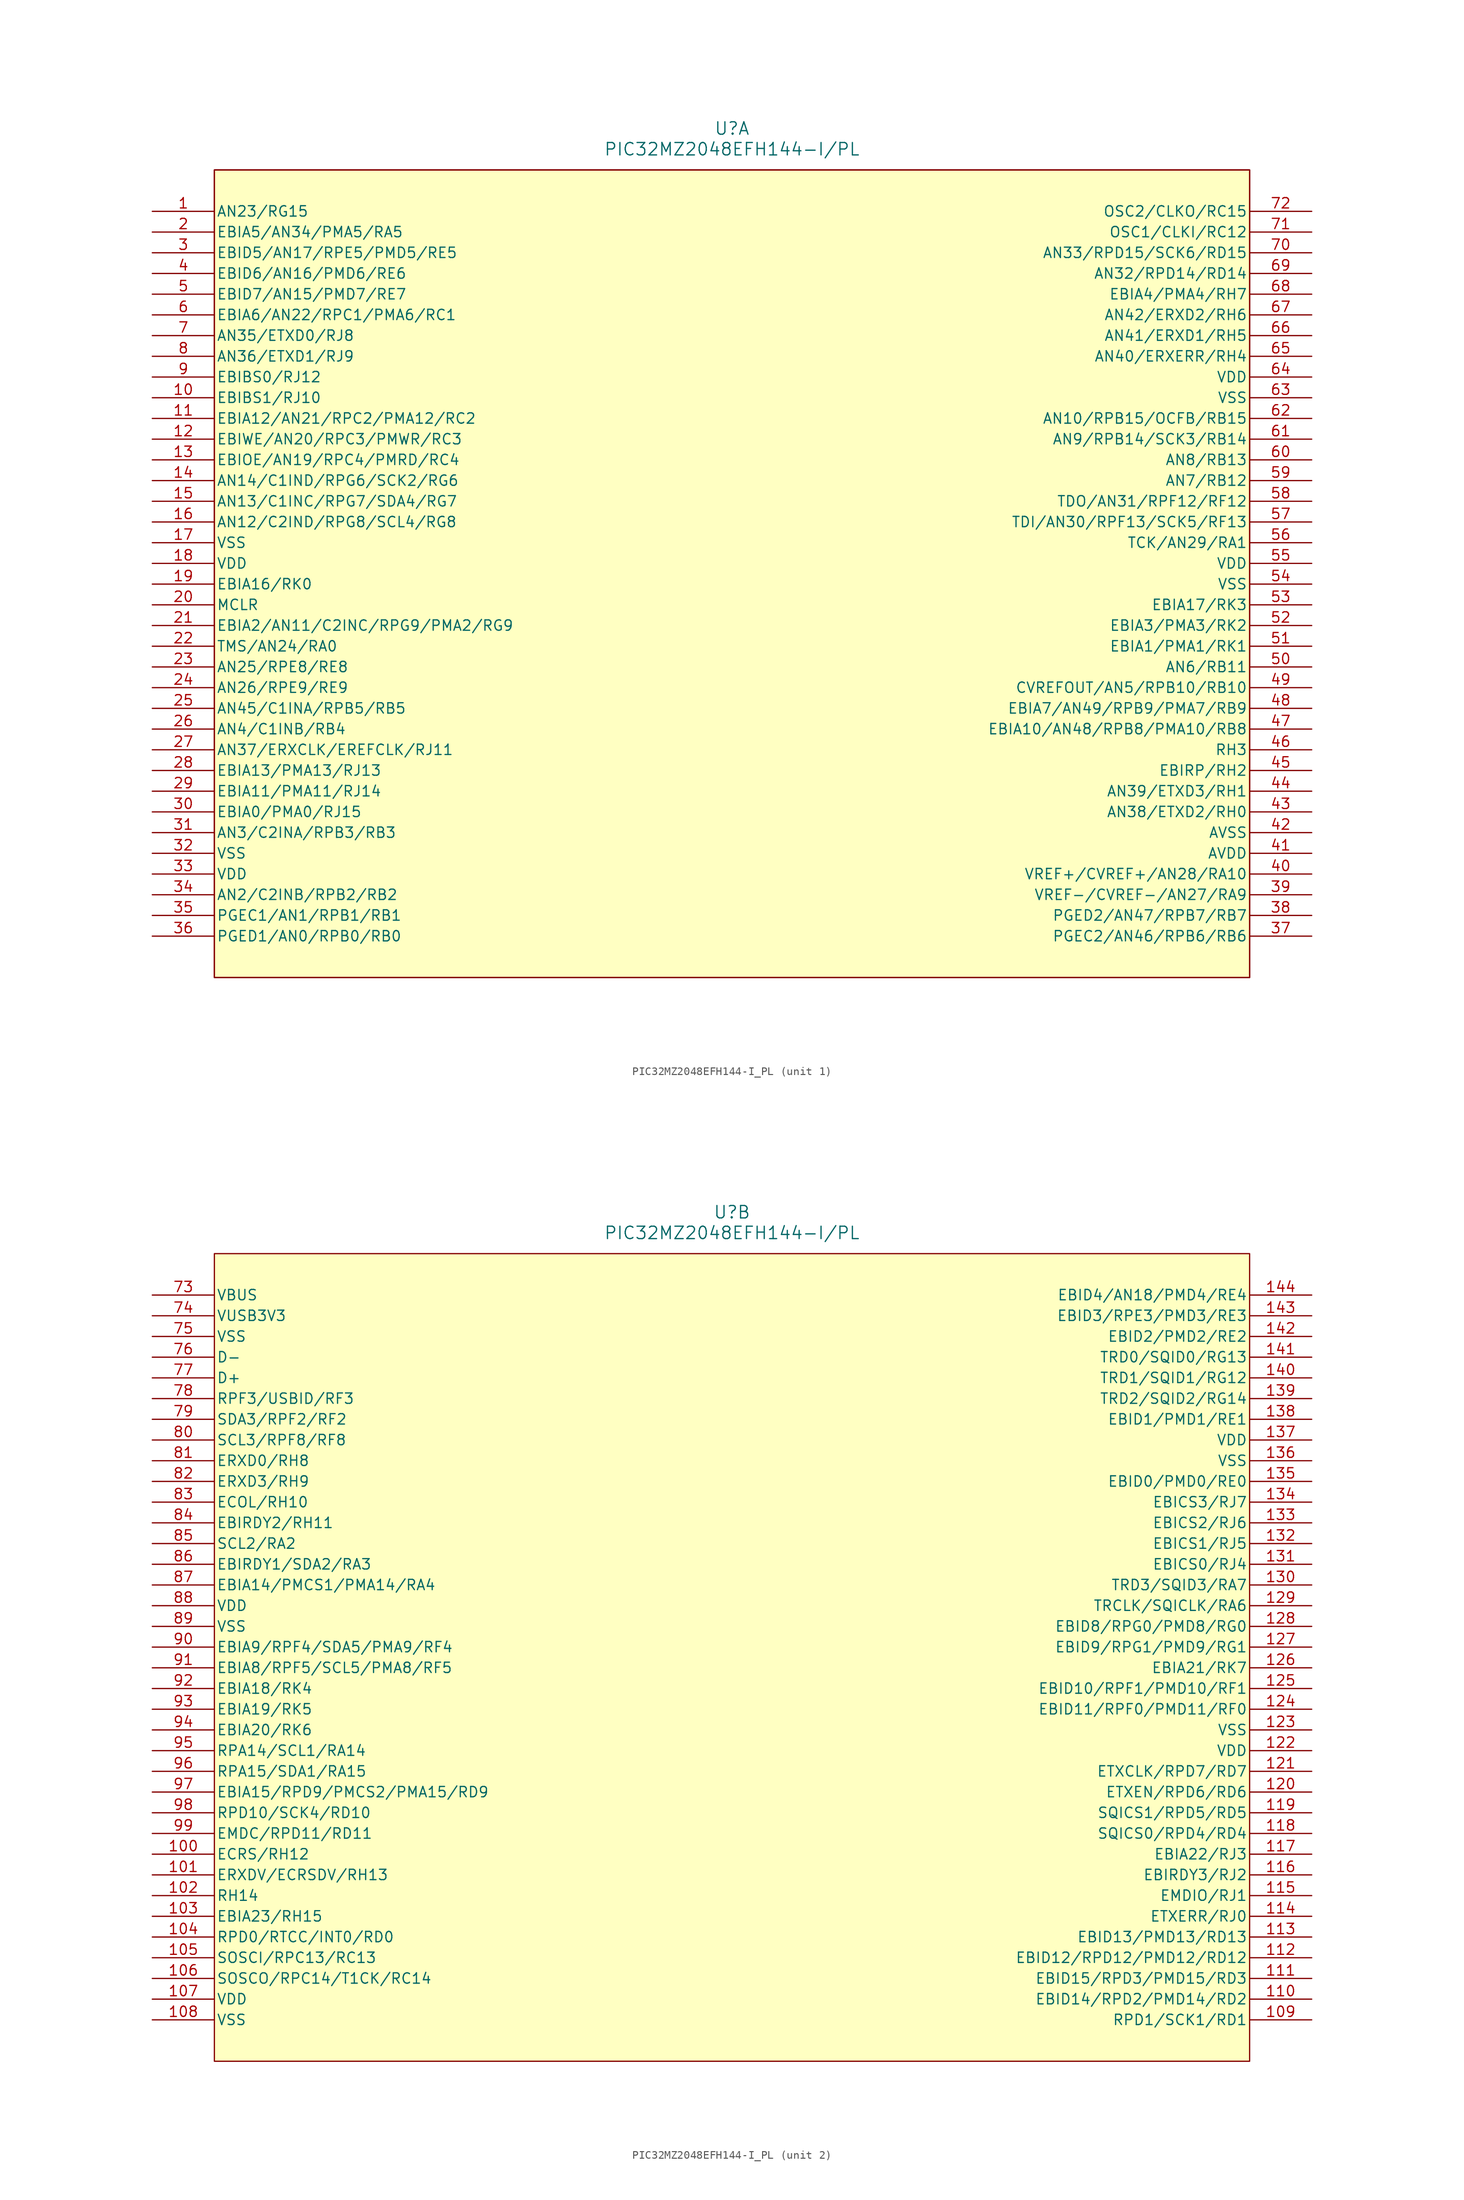
<source format=kicad_sym>
(kicad_symbol_lib
  (version 20220914)
  (generator kicad_symbol_editor)
  (symbol "PIC32MZ2048EFH144-I_PL"
    (pin_names
      (offset 0.254))
    (property "Reference" "U"
      (at 71.12 10.16 0)
      (effects (font (size 1.524 1.524))))
    (property "Value" "PIC32MZ2048EFH144-I/PL"
      (at 71.12 7.62 0)
      (effects (font (size 1.524 1.524))))
    (property "ki_locked" ""
      (at 0 0 0)
      (effects (font (size 1.27 1.27))))
    (symbol "PIC32MZ2048EFH144-I_PL_0_1"
      (rectangle (start 7.62 5.08) (end 134.62 -93.98) (stroke (width 0) (type default)) (fill (type background))))
    (symbol "PIC32MZ2048EFH144-I_PL_1_1"
      (rectangle (start 7.62 5.08) (end 134.62 -93.98) (stroke (width 0) (type default)) (fill (type background)))
      (pin bidirectional line (at 0 0 0) (length 7.62) (name "AN23/RG15" (effects (font (size 1.27 1.27)))) (number "1" (effects (font (size 1.27 1.27)))))
      (pin bidirectional line (at 0 -22.86 0) (length 7.62) (name "EBIBS1/RJ10" (effects (font (size 1.27 1.27)))) (number "10" (effects (font (size 1.27 1.27)))))
      (pin bidirectional line (at 0 -25.4 0) (length 7.62) (name "EBIA12/AN21/RPC2/PMA12/RC2" (effects (font (size 1.27 1.27)))) (number "11" (effects (font (size 1.27 1.27)))))
      (pin bidirectional line (at 0 -27.94 0) (length 7.62) (name "EBIWE/AN20/RPC3/PMWR/RC3" (effects (font (size 1.27 1.27)))) (number "12" (effects (font (size 1.27 1.27)))))
      (pin bidirectional line (at 0 -30.48 0) (length 7.62) (name "EBIOE/AN19/RPC4/PMRD/RC4" (effects (font (size 1.27 1.27)))) (number "13" (effects (font (size 1.27 1.27)))))
      (pin input line (at 0 -33.02 0) (length 7.62) (name "AN14/C1IND/RPG6/SCK2/RG6" (effects (font (size 1.27 1.27)))) (number "14" (effects (font (size 1.27 1.27)))))
      (pin input line (at 0 -35.56 0) (length 7.62) (name "AN13/C1INC/RPG7/SDA4/RG7" (effects (font (size 1.27 1.27)))) (number "15" (effects (font (size 1.27 1.27)))))
      (pin input line (at 0 -38.1 0) (length 7.62) (name "AN12/C2IND/RPG8/SCL4/RG8" (effects (font (size 1.27 1.27)))) (number "16" (effects (font (size 1.27 1.27)))))
      (pin passive line (at 0 -40.64 0) (length 7.62) (name "VSS" (effects (font (size 1.27 1.27)))) (number "17" (effects (font (size 1.27 1.27)))))
      (pin power_in line (at 0 -43.18 0) (length 7.62) (name "VDD" (effects (font (size 1.27 1.27)))) (number "18" (effects (font (size 1.27 1.27)))))
      (pin bidirectional line (at 0 -45.72 0) (length 7.62) (name "EBIA16/RK0" (effects (font (size 1.27 1.27)))) (number "19" (effects (font (size 1.27 1.27)))))
      (pin bidirectional line (at 0 -2.54 0) (length 7.62) (name "EBIA5/AN34/PMA5/RA5" (effects (font (size 1.27 1.27)))) (number "2" (effects (font (size 1.27 1.27)))))
      (pin passive line (at 0 -48.26 0) (length 7.62) (name "MCLR" (effects (font (size 1.27 1.27)))) (number "20" (effects (font (size 1.27 1.27)))))
      (pin input line (at 0 -50.8 0) (length 7.62) (name "EBIA2/AN11/C2INC/RPG9/PMA2/RG9" (effects (font (size 1.27 1.27)))) (number "21" (effects (font (size 1.27 1.27)))))
      (pin bidirectional line (at 0 -53.34 0) (length 7.62) (name "TMS/AN24/RA0" (effects (font (size 1.27 1.27)))) (number "22" (effects (font (size 1.27 1.27)))))
      (pin bidirectional line (at 0 -55.88 0) (length 7.62) (name "AN25/RPE8/RE8" (effects (font (size 1.27 1.27)))) (number "23" (effects (font (size 1.27 1.27)))))
      (pin bidirectional line (at 0 -58.42 0) (length 7.62) (name "AN26/RPE9/RE9" (effects (font (size 1.27 1.27)))) (number "24" (effects (font (size 1.27 1.27)))))
      (pin input line (at 0 -60.96 0) (length 7.62) (name "AN45/C1INA/RPB5/RB5" (effects (font (size 1.27 1.27)))) (number "25" (effects (font (size 1.27 1.27)))))
      (pin input line (at 0 -63.5 0) (length 7.62) (name "AN4/C1INB/RB4" (effects (font (size 1.27 1.27)))) (number "26" (effects (font (size 1.27 1.27)))))
      (pin bidirectional line (at 0 -66.04 0) (length 7.62) (name "AN37/ERXCLK/EREFCLK/RJ11" (effects (font (size 1.27 1.27)))) (number "27" (effects (font (size 1.27 1.27)))))
      (pin bidirectional line (at 0 -68.58 0) (length 7.62) (name "EBIA13/PMA13/RJ13" (effects (font (size 1.27 1.27)))) (number "28" (effects (font (size 1.27 1.27)))))
      (pin bidirectional line (at 0 -71.12 0) (length 7.62) (name "EBIA11/PMA11/RJ14" (effects (font (size 1.27 1.27)))) (number "29" (effects (font (size 1.27 1.27)))))
      (pin bidirectional line (at 0 -5.08 0) (length 7.62) (name "EBID5/AN17/RPE5/PMD5/RE5" (effects (font (size 1.27 1.27)))) (number "3" (effects (font (size 1.27 1.27)))))
      (pin bidirectional line (at 0 -73.66 0) (length 7.62) (name "EBIA0/PMA0/RJ15" (effects (font (size 1.27 1.27)))) (number "30" (effects (font (size 1.27 1.27)))))
      (pin input line (at 0 -76.2 0) (length 7.62) (name "AN3/C2INA/RPB3/RB3" (effects (font (size 1.27 1.27)))) (number "31" (effects (font (size 1.27 1.27)))))
      (pin passive line (at 0 -78.74 0) (length 7.62) (name "VSS" (effects (font (size 1.27 1.27)))) (number "32" (effects (font (size 1.27 1.27)))))
      (pin power_in line (at 0 -81.28 0) (length 7.62) (name "VDD" (effects (font (size 1.27 1.27)))) (number "33" (effects (font (size 1.27 1.27)))))
      (pin input line (at 0 -83.82 0) (length 7.62) (name "AN2/C2INB/RPB2/RB2" (effects (font (size 1.27 1.27)))) (number "34" (effects (font (size 1.27 1.27)))))
      (pin bidirectional line (at 0 -86.36 0) (length 7.62) (name "PGEC1/AN1/RPB1/RB1" (effects (font (size 1.27 1.27)))) (number "35" (effects (font (size 1.27 1.27)))))
      (pin bidirectional line (at 0 -88.9 0) (length 7.62) (name "PGED1/AN0/RPB0/RB0" (effects (font (size 1.27 1.27)))) (number "36" (effects (font (size 1.27 1.27)))))
      (pin bidirectional line (at 142.24 -88.9 180) (length 7.62) (name "PGEC2/AN46/RPB6/RB6" (effects (font (size 1.27 1.27)))) (number "37" (effects (font (size 1.27 1.27)))))
      (pin bidirectional line (at 142.24 -86.36 180) (length 7.62) (name "PGED2/AN47/RPB7/RB7" (effects (font (size 1.27 1.27)))) (number "38" (effects (font (size 1.27 1.27)))))
      (pin bidirectional line (at 142.24 -83.82 180) (length 7.62) (name "VREF-/CVREF-/AN27/RA9" (effects (font (size 1.27 1.27)))) (number "39" (effects (font (size 1.27 1.27)))))
      (pin bidirectional line (at 0 -7.62 0) (length 7.62) (name "EBID6/AN16/PMD6/RE6" (effects (font (size 1.27 1.27)))) (number "4" (effects (font (size 1.27 1.27)))))
      (pin bidirectional line (at 142.24 -81.28 180) (length 7.62) (name "VREF+/CVREF+/AN28/RA10" (effects (font (size 1.27 1.27)))) (number "40" (effects (font (size 1.27 1.27)))))
      (pin power_in line (at 142.24 -78.74 180) (length 7.62) (name "AVDD" (effects (font (size 1.27 1.27)))) (number "41" (effects (font (size 1.27 1.27)))))
      (pin passive line (at 142.24 -76.2 180) (length 7.62) (name "AVSS" (effects (font (size 1.27 1.27)))) (number "42" (effects (font (size 1.27 1.27)))))
      (pin bidirectional line (at 142.24 -73.66 180) (length 7.62) (name "AN38/ETXD2/RH0" (effects (font (size 1.27 1.27)))) (number "43" (effects (font (size 1.27 1.27)))))
      (pin bidirectional line (at 142.24 -71.12 180) (length 7.62) (name "AN39/ETXD3/RH1" (effects (font (size 1.27 1.27)))) (number "44" (effects (font (size 1.27 1.27)))))
      (pin bidirectional line (at 142.24 -68.58 180) (length 7.62) (name "EBIRP/RH2" (effects (font (size 1.27 1.27)))) (number "45" (effects (font (size 1.27 1.27)))))
      (pin bidirectional line (at 142.24 -66.04 180) (length 7.62) (name "RH3" (effects (font (size 1.27 1.27)))) (number "46" (effects (font (size 1.27 1.27)))))
      (pin bidirectional line (at 142.24 -63.5 180) (length 7.62) (name "EBIA10/AN48/RPB8/PMA10/RB8" (effects (font (size 1.27 1.27)))) (number "47" (effects (font (size 1.27 1.27)))))
      (pin bidirectional line (at 142.24 -60.96 180) (length 7.62) (name "EBIA7/AN49/RPB9/PMA7/RB9" (effects (font (size 1.27 1.27)))) (number "48" (effects (font (size 1.27 1.27)))))
      (pin output line (at 142.24 -58.42 180) (length 7.62) (name "CVREFOUT/AN5/RPB10/RB10" (effects (font (size 1.27 1.27)))) (number "49" (effects (font (size 1.27 1.27)))))
      (pin bidirectional line (at 0 -10.16 0) (length 7.62) (name "EBID7/AN15/PMD7/RE7" (effects (font (size 1.27 1.27)))) (number "5" (effects (font (size 1.27 1.27)))))
      (pin bidirectional line (at 142.24 -55.88 180) (length 7.62) (name "AN6/RB11" (effects (font (size 1.27 1.27)))) (number "50" (effects (font (size 1.27 1.27)))))
      (pin bidirectional line (at 142.24 -53.34 180) (length 7.62) (name "EBIA1/PMA1/RK1" (effects (font (size 1.27 1.27)))) (number "51" (effects (font (size 1.27 1.27)))))
      (pin bidirectional line (at 142.24 -50.8 180) (length 7.62) (name "EBIA3/PMA3/RK2" (effects (font (size 1.27 1.27)))) (number "52" (effects (font (size 1.27 1.27)))))
      (pin bidirectional line (at 142.24 -48.26 180) (length 7.62) (name "EBIA17/RK3" (effects (font (size 1.27 1.27)))) (number "53" (effects (font (size 1.27 1.27)))))
      (pin passive line (at 142.24 -45.72 180) (length 7.62) (name "VSS" (effects (font (size 1.27 1.27)))) (number "54" (effects (font (size 1.27 1.27)))))
      (pin power_in line (at 142.24 -43.18 180) (length 7.62) (name "VDD" (effects (font (size 1.27 1.27)))) (number "55" (effects (font (size 1.27 1.27)))))
      (pin bidirectional line (at 142.24 -40.64 180) (length 7.62) (name "TCK/AN29/RA1" (effects (font (size 1.27 1.27)))) (number "56" (effects (font (size 1.27 1.27)))))
      (pin bidirectional line (at 142.24 -38.1 180) (length 7.62) (name "TDI/AN30/RPF13/SCK5/RF13" (effects (font (size 1.27 1.27)))) (number "57" (effects (font (size 1.27 1.27)))))
      (pin bidirectional line (at 142.24 -35.56 180) (length 7.62) (name "TDO/AN31/RPF12/RF12" (effects (font (size 1.27 1.27)))) (number "58" (effects (font (size 1.27 1.27)))))
      (pin bidirectional line (at 142.24 -33.02 180) (length 7.62) (name "AN7/RB12" (effects (font (size 1.27 1.27)))) (number "59" (effects (font (size 1.27 1.27)))))
      (pin bidirectional line (at 0 -12.7 0) (length 7.62) (name "EBIA6/AN22/RPC1/PMA6/RC1" (effects (font (size 1.27 1.27)))) (number "6" (effects (font (size 1.27 1.27)))))
      (pin bidirectional line (at 142.24 -30.48 180) (length 7.62) (name "AN8/RB13" (effects (font (size 1.27 1.27)))) (number "60" (effects (font (size 1.27 1.27)))))
      (pin bidirectional line (at 142.24 -27.94 180) (length 7.62) (name "AN9/RPB14/SCK3/RB14" (effects (font (size 1.27 1.27)))) (number "61" (effects (font (size 1.27 1.27)))))
      (pin bidirectional line (at 142.24 -25.4 180) (length 7.62) (name "AN10/RPB15/OCFB/RB15" (effects (font (size 1.27 1.27)))) (number "62" (effects (font (size 1.27 1.27)))))
      (pin passive line (at 142.24 -22.86 180) (length 7.62) (name "VSS" (effects (font (size 1.27 1.27)))) (number "63" (effects (font (size 1.27 1.27)))))
      (pin power_in line (at 142.24 -20.32 180) (length 7.62) (name "VDD" (effects (font (size 1.27 1.27)))) (number "64" (effects (font (size 1.27 1.27)))))
      (pin bidirectional line (at 142.24 -17.78 180) (length 7.62) (name "AN40/ERXERR/RH4" (effects (font (size 1.27 1.27)))) (number "65" (effects (font (size 1.27 1.27)))))
      (pin bidirectional line (at 142.24 -15.24 180) (length 7.62) (name "AN41/ERXD1/RH5" (effects (font (size 1.27 1.27)))) (number "66" (effects (font (size 1.27 1.27)))))
      (pin bidirectional line (at 142.24 -12.7 180) (length 7.62) (name "AN42/ERXD2/RH6" (effects (font (size 1.27 1.27)))) (number "67" (effects (font (size 1.27 1.27)))))
      (pin bidirectional line (at 142.24 -10.16 180) (length 7.62) (name "EBIA4/PMA4/RH7" (effects (font (size 1.27 1.27)))) (number "68" (effects (font (size 1.27 1.27)))))
      (pin bidirectional line (at 142.24 -7.62 180) (length 7.62) (name "AN32/RPD14/RD14" (effects (font (size 1.27 1.27)))) (number "69" (effects (font (size 1.27 1.27)))))
      (pin bidirectional line (at 0 -15.24 0) (length 7.62) (name "AN35/ETXD0/RJ8" (effects (font (size 1.27 1.27)))) (number "7" (effects (font (size 1.27 1.27)))))
      (pin bidirectional line (at 142.24 -5.08 180) (length 7.62) (name "AN33/RPD15/SCK6/RD15" (effects (font (size 1.27 1.27)))) (number "70" (effects (font (size 1.27 1.27)))))
      (pin bidirectional line (at 142.24 -2.54 180) (length 7.62) (name "OSC1/CLKI/RC12" (effects (font (size 1.27 1.27)))) (number "71" (effects (font (size 1.27 1.27)))))
      (pin bidirectional line (at 142.24 0 180) (length 7.62) (name "OSC2/CLKO/RC15" (effects (font (size 1.27 1.27)))) (number "72" (effects (font (size 1.27 1.27)))))
      (pin bidirectional line (at 0 -17.78 0) (length 7.62) (name "AN36/ETXD1/RJ9" (effects (font (size 1.27 1.27)))) (number "8" (effects (font (size 1.27 1.27)))))
      (pin bidirectional line (at 0 -20.32 0) (length 7.62) (name "EBIBS0/RJ12" (effects (font (size 1.27 1.27)))) (number "9" (effects (font (size 1.27 1.27))))))
    (symbol "PIC32MZ2048EFH144-I_PL_2_1"
      (pin bidirectional line (at 0 -68.58 0) (length 7.62) (name "ECRS/RH12" (effects (font (size 1.27 1.27)))) (number "100" (effects (font (size 1.27 1.27)))))
      (pin bidirectional line (at 0 -71.12 0) (length 7.62) (name "ERXDV/ECRSDV/RH13" (effects (font (size 1.27 1.27)))) (number "101" (effects (font (size 1.27 1.27)))))
      (pin bidirectional line (at 0 -73.66 0) (length 7.62) (name "RH14" (effects (font (size 1.27 1.27)))) (number "102" (effects (font (size 1.27 1.27)))))
      (pin bidirectional line (at 0 -76.2 0) (length 7.62) (name "EBIA23/RH15" (effects (font (size 1.27 1.27)))) (number "103" (effects (font (size 1.27 1.27)))))
      (pin bidirectional line (at 0 -78.74 0) (length 7.62) (name "RPD0/RTCC/INT0/RD0" (effects (font (size 1.27 1.27)))) (number "104" (effects (font (size 1.27 1.27)))))
      (pin bidirectional line (at 0 -81.28 0) (length 7.62) (name "SOSCI/RPC13/RC13" (effects (font (size 1.27 1.27)))) (number "105" (effects (font (size 1.27 1.27)))))
      (pin bidirectional line (at 0 -83.82 0) (length 7.62) (name "SOSCO/RPC14/T1CK/RC14" (effects (font (size 1.27 1.27)))) (number "106" (effects (font (size 1.27 1.27)))))
      (pin power_in line (at 0 -86.36 0) (length 7.62) (name "VDD" (effects (font (size 1.27 1.27)))) (number "107" (effects (font (size 1.27 1.27)))))
      (pin passive line (at 0 -88.9 0) (length 7.62) (name "VSS" (effects (font (size 1.27 1.27)))) (number "108" (effects (font (size 1.27 1.27)))))
      (pin bidirectional line (at 142.24 -88.9 180) (length 7.62) (name "RPD1/SCK1/RD1" (effects (font (size 1.27 1.27)))) (number "109" (effects (font (size 1.27 1.27)))))
      (pin bidirectional line (at 142.24 -86.36 180) (length 7.62) (name "EBID14/RPD2/PMD14/RD2" (effects (font (size 1.27 1.27)))) (number "110" (effects (font (size 1.27 1.27)))))
      (pin bidirectional line (at 142.24 -83.82 180) (length 7.62) (name "EBID15/RPD3/PMD15/RD3" (effects (font (size 1.27 1.27)))) (number "111" (effects (font (size 1.27 1.27)))))
      (pin bidirectional line (at 142.24 -81.28 180) (length 7.62) (name "EBID12/RPD12/PMD12/RD12" (effects (font (size 1.27 1.27)))) (number "112" (effects (font (size 1.27 1.27)))))
      (pin bidirectional line (at 142.24 -78.74 180) (length 7.62) (name "EBID13/PMD13/RD13" (effects (font (size 1.27 1.27)))) (number "113" (effects (font (size 1.27 1.27)))))
      (pin bidirectional line (at 142.24 -76.2 180) (length 7.62) (name "ETXERR/RJ0" (effects (font (size 1.27 1.27)))) (number "114" (effects (font (size 1.27 1.27)))))
      (pin bidirectional line (at 142.24 -73.66 180) (length 7.62) (name "EMDIO/RJ1" (effects (font (size 1.27 1.27)))) (number "115" (effects (font (size 1.27 1.27)))))
      (pin bidirectional line (at 142.24 -71.12 180) (length 7.62) (name "EBIRDY3/RJ2" (effects (font (size 1.27 1.27)))) (number "116" (effects (font (size 1.27 1.27)))))
      (pin bidirectional line (at 142.24 -68.58 180) (length 7.62) (name "EBIA22/RJ3" (effects (font (size 1.27 1.27)))) (number "117" (effects (font (size 1.27 1.27)))))
      (pin bidirectional line (at 142.24 -66.04 180) (length 7.62) (name "SQICS0/RPD4/RD4" (effects (font (size 1.27 1.27)))) (number "118" (effects (font (size 1.27 1.27)))))
      (pin bidirectional line (at 142.24 -63.5 180) (length 7.62) (name "SQICS1/RPD5/RD5" (effects (font (size 1.27 1.27)))) (number "119" (effects (font (size 1.27 1.27)))))
      (pin bidirectional line (at 142.24 -60.96 180) (length 7.62) (name "ETXEN/RPD6/RD6" (effects (font (size 1.27 1.27)))) (number "120" (effects (font (size 1.27 1.27)))))
      (pin bidirectional line (at 142.24 -58.42 180) (length 7.62) (name "ETXCLK/RPD7/RD7" (effects (font (size 1.27 1.27)))) (number "121" (effects (font (size 1.27 1.27)))))
      (pin power_in line (at 142.24 -55.88 180) (length 7.62) (name "VDD" (effects (font (size 1.27 1.27)))) (number "122" (effects (font (size 1.27 1.27)))))
      (pin passive line (at 142.24 -53.34 180) (length 7.62) (name "VSS" (effects (font (size 1.27 1.27)))) (number "123" (effects (font (size 1.27 1.27)))))
      (pin bidirectional line (at 142.24 -50.8 180) (length 7.62) (name "EBID11/RPF0/PMD11/RF0" (effects (font (size 1.27 1.27)))) (number "124" (effects (font (size 1.27 1.27)))))
      (pin bidirectional line (at 142.24 -48.26 180) (length 7.62) (name "EBID10/RPF1/PMD10/RF1" (effects (font (size 1.27 1.27)))) (number "125" (effects (font (size 1.27 1.27)))))
      (pin bidirectional line (at 142.24 -45.72 180) (length 7.62) (name "EBIA21/RK7" (effects (font (size 1.27 1.27)))) (number "126" (effects (font (size 1.27 1.27)))))
      (pin bidirectional line (at 142.24 -43.18 180) (length 7.62) (name "EBID9/RPG1/PMD9/RG1" (effects (font (size 1.27 1.27)))) (number "127" (effects (font (size 1.27 1.27)))))
      (pin bidirectional line (at 142.24 -40.64 180) (length 7.62) (name "EBID8/RPG0/PMD8/RG0" (effects (font (size 1.27 1.27)))) (number "128" (effects (font (size 1.27 1.27)))))
      (pin bidirectional line (at 142.24 -38.1 180) (length 7.62) (name "TRCLK/SQICLK/RA6" (effects (font (size 1.27 1.27)))) (number "129" (effects (font (size 1.27 1.27)))))
      (pin bidirectional line (at 142.24 -35.56 180) (length 7.62) (name "TRD3/SQID3/RA7" (effects (font (size 1.27 1.27)))) (number "130" (effects (font (size 1.27 1.27)))))
      (pin bidirectional line (at 142.24 -33.02 180) (length 7.62) (name "EBICS0/RJ4" (effects (font (size 1.27 1.27)))) (number "131" (effects (font (size 1.27 1.27)))))
      (pin bidirectional line (at 142.24 -30.48 180) (length 7.62) (name "EBICS1/RJ5" (effects (font (size 1.27 1.27)))) (number "132" (effects (font (size 1.27 1.27)))))
      (pin bidirectional line (at 142.24 -27.94 180) (length 7.62) (name "EBICS2/RJ6" (effects (font (size 1.27 1.27)))) (number "133" (effects (font (size 1.27 1.27)))))
      (pin bidirectional line (at 142.24 -25.4 180) (length 7.62) (name "EBICS3/RJ7" (effects (font (size 1.27 1.27)))) (number "134" (effects (font (size 1.27 1.27)))))
      (pin bidirectional line (at 142.24 -22.86 180) (length 7.62) (name "EBID0/PMD0/RE0" (effects (font (size 1.27 1.27)))) (number "135" (effects (font (size 1.27 1.27)))))
      (pin passive line (at 142.24 -20.32 180) (length 7.62) (name "VSS" (effects (font (size 1.27 1.27)))) (number "136" (effects (font (size 1.27 1.27)))))
      (pin power_in line (at 142.24 -17.78 180) (length 7.62) (name "VDD" (effects (font (size 1.27 1.27)))) (number "137" (effects (font (size 1.27 1.27)))))
      (pin bidirectional line (at 142.24 -15.24 180) (length 7.62) (name "EBID1/PMD1/RE1" (effects (font (size 1.27 1.27)))) (number "138" (effects (font (size 1.27 1.27)))))
      (pin bidirectional line (at 142.24 -12.7 180) (length 7.62) (name "TRD2/SQID2/RG14" (effects (font (size 1.27 1.27)))) (number "139" (effects (font (size 1.27 1.27)))))
      (pin bidirectional line (at 142.24 -10.16 180) (length 7.62) (name "TRD1/SQID1/RG12" (effects (font (size 1.27 1.27)))) (number "140" (effects (font (size 1.27 1.27)))))
      (pin bidirectional line (at 142.24 -7.62 180) (length 7.62) (name "TRD0/SQID0/RG13" (effects (font (size 1.27 1.27)))) (number "141" (effects (font (size 1.27 1.27)))))
      (pin bidirectional line (at 142.24 -5.08 180) (length 7.62) (name "EBID2/PMD2/RE2" (effects (font (size 1.27 1.27)))) (number "142" (effects (font (size 1.27 1.27)))))
      (pin bidirectional line (at 142.24 -2.54 180) (length 7.62) (name "EBID3/RPE3/PMD3/RE3" (effects (font (size 1.27 1.27)))) (number "143" (effects (font (size 1.27 1.27)))))
      (pin bidirectional line (at 142.24 0 180) (length 7.62) (name "EBID4/AN18/PMD4/RE4" (effects (font (size 1.27 1.27)))) (number "144" (effects (font (size 1.27 1.27)))))
      (pin unspecified line (at 0 0 0) (length 7.62) (name "VBUS" (effects (font (size 1.27 1.27)))) (number "73" (effects (font (size 1.27 1.27)))))
      (pin passive line (at 0 -2.54 0) (length 7.62) (name "VUSB3V3" (effects (font (size 1.27 1.27)))) (number "74" (effects (font (size 1.27 1.27)))))
      (pin passive line (at 0 -5.08 0) (length 7.62) (name "VSS" (effects (font (size 1.27 1.27)))) (number "75" (effects (font (size 1.27 1.27)))))
      (pin unspecified line (at 0 -7.62 0) (length 7.62) (name "D-" (effects (font (size 1.27 1.27)))) (number "76" (effects (font (size 1.27 1.27)))))
      (pin unspecified line (at 0 -10.16 0) (length 7.62) (name "D+" (effects (font (size 1.27 1.27)))) (number "77" (effects (font (size 1.27 1.27)))))
      (pin unspecified line (at 0 -12.7 0) (length 7.62) (name "RPF3/USBID/RF3" (effects (font (size 1.27 1.27)))) (number "78" (effects (font (size 1.27 1.27)))))
      (pin bidirectional line (at 0 -15.24 0) (length 7.62) (name "SDA3/RPF2/RF2" (effects (font (size 1.27 1.27)))) (number "79" (effects (font (size 1.27 1.27)))))
      (pin bidirectional line (at 0 -17.78 0) (length 7.62) (name "SCL3/RPF8/RF8" (effects (font (size 1.27 1.27)))) (number "80" (effects (font (size 1.27 1.27)))))
      (pin bidirectional line (at 0 -20.32 0) (length 7.62) (name "ERXD0/RH8" (effects (font (size 1.27 1.27)))) (number "81" (effects (font (size 1.27 1.27)))))
      (pin bidirectional line (at 0 -22.86 0) (length 7.62) (name "ERXD3/RH9" (effects (font (size 1.27 1.27)))) (number "82" (effects (font (size 1.27 1.27)))))
      (pin bidirectional line (at 0 -25.4 0) (length 7.62) (name "ECOL/RH10" (effects (font (size 1.27 1.27)))) (number "83" (effects (font (size 1.27 1.27)))))
      (pin bidirectional line (at 0 -27.94 0) (length 7.62) (name "EBIRDY2/RH11" (effects (font (size 1.27 1.27)))) (number "84" (effects (font (size 1.27 1.27)))))
      (pin bidirectional line (at 0 -30.48 0) (length 7.62) (name "SCL2/RA2" (effects (font (size 1.27 1.27)))) (number "85" (effects (font (size 1.27 1.27)))))
      (pin bidirectional line (at 0 -33.02 0) (length 7.62) (name "EBIRDY1/SDA2/RA3" (effects (font (size 1.27 1.27)))) (number "86" (effects (font (size 1.27 1.27)))))
      (pin bidirectional line (at 0 -35.56 0) (length 7.62) (name "EBIA14/PMCS1/PMA14/RA4" (effects (font (size 1.27 1.27)))) (number "87" (effects (font (size 1.27 1.27)))))
      (pin power_in line (at 0 -38.1 0) (length 7.62) (name "VDD" (effects (font (size 1.27 1.27)))) (number "88" (effects (font (size 1.27 1.27)))))
      (pin passive line (at 0 -40.64 0) (length 7.62) (name "VSS" (effects (font (size 1.27 1.27)))) (number "89" (effects (font (size 1.27 1.27)))))
      (pin bidirectional line (at 0 -43.18 0) (length 7.62) (name "EBIA9/RPF4/SDA5/PMA9/RF4" (effects (font (size 1.27 1.27)))) (number "90" (effects (font (size 1.27 1.27)))))
      (pin bidirectional line (at 0 -45.72 0) (length 7.62) (name "EBIA8/RPF5/SCL5/PMA8/RF5" (effects (font (size 1.27 1.27)))) (number "91" (effects (font (size 1.27 1.27)))))
      (pin bidirectional line (at 0 -48.26 0) (length 7.62) (name "EBIA18/RK4" (effects (font (size 1.27 1.27)))) (number "92" (effects (font (size 1.27 1.27)))))
      (pin bidirectional line (at 0 -50.8 0) (length 7.62) (name "EBIA19/RK5" (effects (font (size 1.27 1.27)))) (number "93" (effects (font (size 1.27 1.27)))))
      (pin bidirectional line (at 0 -53.34 0) (length 7.62) (name "EBIA20/RK6" (effects (font (size 1.27 1.27)))) (number "94" (effects (font (size 1.27 1.27)))))
      (pin bidirectional line (at 0 -55.88 0) (length 7.62) (name "RPA14/SCL1/RA14" (effects (font (size 1.27 1.27)))) (number "95" (effects (font (size 1.27 1.27)))))
      (pin bidirectional line (at 0 -58.42 0) (length 7.62) (name "RPA15/SDA1/RA15" (effects (font (size 1.27 1.27)))) (number "96" (effects (font (size 1.27 1.27)))))
      (pin bidirectional line (at 0 -60.96 0) (length 7.62) (name "EBIA15/RPD9/PMCS2/PMA15/RD9" (effects (font (size 1.27 1.27)))) (number "97" (effects (font (size 1.27 1.27)))))
      (pin bidirectional line (at 0 -63.5 0) (length 7.62) (name "RPD10/SCK4/RD10" (effects (font (size 1.27 1.27)))) (number "98" (effects (font (size 1.27 1.27)))))
      (pin bidirectional line (at 0 -66.04 0) (length 7.62) (name "EMDC/RPD11/RD11" (effects (font (size 1.27 1.27)))) (number "99" (effects (font (size 1.27 1.27))))))))
</source>
